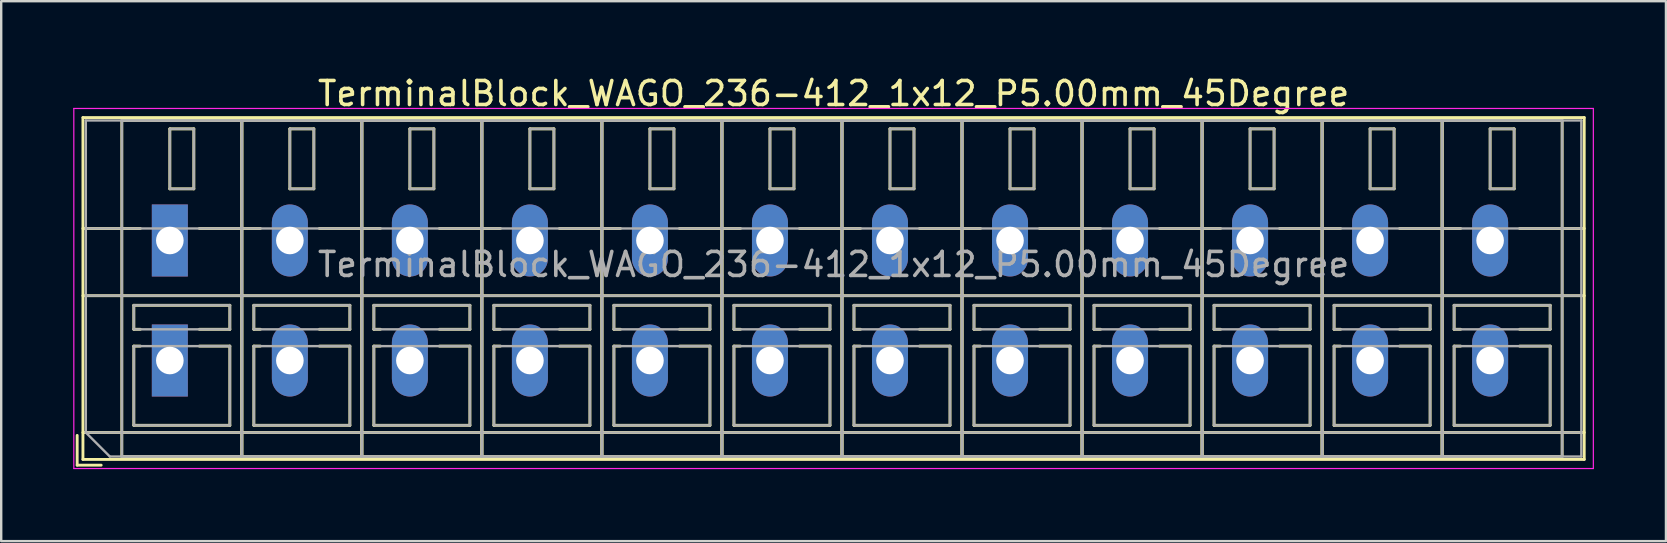
<source format=kicad_pcb>
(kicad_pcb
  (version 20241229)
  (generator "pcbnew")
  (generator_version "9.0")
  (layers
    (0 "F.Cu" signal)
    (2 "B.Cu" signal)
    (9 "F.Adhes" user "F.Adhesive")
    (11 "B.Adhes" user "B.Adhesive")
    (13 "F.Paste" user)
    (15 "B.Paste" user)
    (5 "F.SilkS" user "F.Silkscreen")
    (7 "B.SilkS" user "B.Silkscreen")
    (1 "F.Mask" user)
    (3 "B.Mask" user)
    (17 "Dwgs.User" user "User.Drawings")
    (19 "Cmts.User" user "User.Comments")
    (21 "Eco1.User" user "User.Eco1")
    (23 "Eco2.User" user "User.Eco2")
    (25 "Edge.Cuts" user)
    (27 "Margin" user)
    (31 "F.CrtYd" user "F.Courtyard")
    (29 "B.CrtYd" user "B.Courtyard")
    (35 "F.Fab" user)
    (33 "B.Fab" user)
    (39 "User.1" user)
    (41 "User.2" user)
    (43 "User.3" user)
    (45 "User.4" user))
  (footprint "TerminalBlock_WAGO_236-412_1x12_P5.00mm_45Degree"
    (layer "F.Cu")
    (at 4.025 6.968)
    (property "Reference" "TerminalBlock_WAGO_236-412_1x12_P5.00mm_45Degree" (at 27.65 -6.12 0) (layer "F.SilkS") (effects (font (size 1 1) (thickness 0.15))))
    (attr through_hole)
    (fp_line (start -3.86 8.12) (end -3.86 9.36) (stroke (width 0.12) (type solid)) (layer "F.SilkS"))
    (fp_line (start -3.86 9.36) (end -2.86 9.36) (stroke (width 0.12) (type solid)) (layer "F.SilkS"))
    (fp_line (start -3.62 -5.12) (end -3.62 9.12) (stroke (width 0.12) (type solid)) (layer "F.SilkS"))
    (fp_line (start -3.62 -5.12) (end 58.92 -5.12) (stroke (width 0.12) (type solid)) (layer "F.SilkS"))
    (fp_line (start -3.62 -0.5) (end -1.23 -0.5) (stroke (width 0.12) (type solid)) (layer "F.SilkS"))
    (fp_line (start -3.62 2.3) (end 58.92 2.3) (stroke (width 0.12) (type solid)) (layer "F.SilkS"))
    (fp_line (start -3.62 8) (end 58.92 8) (stroke (width 0.12) (type solid)) (layer "F.SilkS"))
    (fp_line (start -3.62 9.12) (end 58.92 9.12) (stroke (width 0.12) (type solid)) (layer "F.SilkS"))
    (fp_line (start -2 -5) (end -2 9) (stroke (width 0.12) (type solid)) (layer "F.SilkS"))
    (fp_line (start -2 -5) (end 3 -5) (stroke (width 0.12) (type solid)) (layer "F.SilkS"))
    (fp_line (start -2 9) (end 3 9) (stroke (width 0.12) (type solid)) (layer "F.SilkS"))
    (fp_line (start -1.5 2.7) (end -1.5 3.7) (stroke (width 0.12) (type solid)) (layer "F.SilkS"))
    (fp_line (start -1.5 2.7) (end 2.5 2.7) (stroke (width 0.12) (type solid)) (layer "F.SilkS"))
    (fp_line (start -1.5 3.7) (end -1.23 3.7) (stroke (width 0.12) (type solid)) (layer "F.SilkS"))
    (fp_line (start -1.5 4.4) (end -1.5 7.7) (stroke (width 0.12) (type solid)) (layer "F.SilkS"))
    (fp_line (start -1.5 4.4) (end -1.23 4.4) (stroke (width 0.12) (type solid)) (layer "F.SilkS"))
    (fp_line (start -1.5 7.7) (end 2.5 7.7) (stroke (width 0.12) (type solid)) (layer "F.SilkS"))
    (fp_line (start 0 -4.65) (end 0 -2.151) (stroke (width 0.12) (type solid)) (layer "F.SilkS"))
    (fp_line (start 0 -4.65) (end 1 -4.65) (stroke (width 0.12) (type solid)) (layer "F.SilkS"))
    (fp_line (start 0 -2.151) (end 1 -2.151) (stroke (width 0.12) (type solid)) (layer "F.SilkS"))
    (fp_line (start 1 -4.65) (end 1 -2.151) (stroke (width 0.12) (type solid)) (layer "F.SilkS"))
    (fp_line (start 1.23 -0.5) (end 3.77 -0.5) (stroke (width 0.12) (type solid)) (layer "F.SilkS"))
    (fp_line (start 1.23 3.7) (end 2.5 3.7) (stroke (width 0.12) (type solid)) (layer "F.SilkS"))
    (fp_line (start 1.23 4.4) (end 2.5 4.4) (stroke (width 0.12) (type solid)) (layer "F.SilkS"))
    (fp_line (start 2.5 2.7) (end 2.5 3.7) (stroke (width 0.12) (type solid)) (layer "F.SilkS"))
    (fp_line (start 2.5 4.4) (end 2.5 7.7) (stroke (width 0.12) (type solid)) (layer "F.SilkS"))
    (fp_line (start 3 -5) (end 3 9) (stroke (width 0.12) (type solid)) (layer "F.SilkS"))
    (fp_line (start 3 -5) (end 3 9) (stroke (width 0.12) (type solid)) (layer "F.SilkS"))
    (fp_line (start 3 -5) (end 8 -5) (stroke (width 0.12) (type solid)) (layer "F.SilkS"))
    (fp_line (start 3 9) (end 8 9) (stroke (width 0.12) (type solid)) (layer "F.SilkS"))
    (fp_line (start 3.5 2.7) (end 3.5 3.7) (stroke (width 0.12) (type solid)) (layer "F.SilkS"))
    (fp_line (start 3.5 2.7) (end 7.5 2.7) (stroke (width 0.12) (type solid)) (layer "F.SilkS"))
    (fp_line (start 3.5 3.7) (end 3.77 3.7) (stroke (width 0.12) (type solid)) (layer "F.SilkS"))
    (fp_line (start 3.5 4.4) (end 3.5 7.7) (stroke (width 0.12) (type solid)) (layer "F.SilkS"))
    (fp_line (start 3.5 4.4) (end 3.77 4.4) (stroke (width 0.12) (type solid)) (layer "F.SilkS"))
    (fp_line (start 3.5 7.7) (end 7.5 7.7) (stroke (width 0.12) (type solid)) (layer "F.SilkS"))
    (fp_line (start 5 -4.65) (end 5 -2.151) (stroke (width 0.12) (type solid)) (layer "F.SilkS"))
    (fp_line (start 5 -4.65) (end 6 -4.65) (stroke (width 0.12) (type solid)) (layer "F.SilkS"))
    (fp_line (start 5 -2.151) (end 6 -2.151) (stroke (width 0.12) (type solid)) (layer "F.SilkS"))
    (fp_line (start 6 -4.65) (end 6 -2.151) (stroke (width 0.12) (type solid)) (layer "F.SilkS"))
    (fp_line (start 6.23 -0.5) (end 8.77 -0.5) (stroke (width 0.12) (type solid)) (layer "F.SilkS"))
    (fp_line (start 6.23 3.7) (end 7.5 3.7) (stroke (width 0.12) (type solid)) (layer "F.SilkS"))
    (fp_line (start 6.23 4.4) (end 7.5 4.4) (stroke (width 0.12) (type solid)) (layer "F.SilkS"))
    (fp_line (start 7.5 2.7) (end 7.5 3.7) (stroke (width 0.12) (type solid)) (layer "F.SilkS"))
    (fp_line (start 7.5 4.4) (end 7.5 7.7) (stroke (width 0.12) (type solid)) (layer "F.SilkS"))
    (fp_line (start 8 -5) (end 8 9) (stroke (width 0.12) (type solid)) (layer "F.SilkS"))
    (fp_line (start 8 -5) (end 8 9) (stroke (width 0.12) (type solid)) (layer "F.SilkS"))
    (fp_line (start 8 -5) (end 13 -5) (stroke (width 0.12) (type solid)) (layer "F.SilkS"))
    (fp_line (start 8 9) (end 13 9) (stroke (width 0.12) (type solid)) (layer "F.SilkS"))
    (fp_line (start 8.5 2.7) (end 8.5 3.7) (stroke (width 0.12) (type solid)) (layer "F.SilkS"))
    (fp_line (start 8.5 2.7) (end 12.5 2.7) (stroke (width 0.12) (type solid)) (layer "F.SilkS"))
    (fp_line (start 8.5 3.7) (end 8.77 3.7) (stroke (width 0.12) (type solid)) (layer "F.SilkS"))
    (fp_line (start 8.5 4.4) (end 8.5 7.7) (stroke (width 0.12) (type solid)) (layer "F.SilkS"))
    (fp_line (start 8.5 4.4) (end 8.77 4.4) (stroke (width 0.12) (type solid)) (layer "F.SilkS"))
    (fp_line (start 8.5 7.7) (end 12.5 7.7) (stroke (width 0.12) (type solid)) (layer "F.SilkS"))
    (fp_line (start 10 -4.65) (end 10 -2.151) (stroke (width 0.12) (type solid)) (layer "F.SilkS"))
    (fp_line (start 10 -4.65) (end 11 -4.65) (stroke (width 0.12) (type solid)) (layer "F.SilkS"))
    (fp_line (start 10 -2.151) (end 11 -2.151) (stroke (width 0.12) (type solid)) (layer "F.SilkS"))
    (fp_line (start 11 -4.65) (end 11 -2.151) (stroke (width 0.12) (type solid)) (layer "F.SilkS"))
    (fp_line (start 11.23 -0.5) (end 13.77 -0.5) (stroke (width 0.12) (type solid)) (layer "F.SilkS"))
    (fp_line (start 11.23 3.7) (end 12.5 3.7) (stroke (width 0.12) (type solid)) (layer "F.SilkS"))
    (fp_line (start 11.23 4.4) (end 12.5 4.4) (stroke (width 0.12) (type solid)) (layer "F.SilkS"))
    (fp_line (start 12.5 2.7) (end 12.5 3.7) (stroke (width 0.12) (type solid)) (layer "F.SilkS"))
    (fp_line (start 12.5 4.4) (end 12.5 7.7) (stroke (width 0.12) (type solid)) (layer "F.SilkS"))
    (fp_line (start 13 -5) (end 13 9) (stroke (width 0.12) (type solid)) (layer "F.SilkS"))
    (fp_line (start 13 -5) (end 13 9) (stroke (width 0.12) (type solid)) (layer "F.SilkS"))
    (fp_line (start 13 -5) (end 18 -5) (stroke (width 0.12) (type solid)) (layer "F.SilkS"))
    (fp_line (start 13 9) (end 18 9) (stroke (width 0.12) (type solid)) (layer "F.SilkS"))
    (fp_line (start 13.5 2.7) (end 13.5 3.7) (stroke (width 0.12) (type solid)) (layer "F.SilkS"))
    (fp_line (start 13.5 2.7) (end 17.5 2.7) (stroke (width 0.12) (type solid)) (layer "F.SilkS"))
    (fp_line (start 13.5 3.7) (end 13.77 3.7) (stroke (width 0.12) (type solid)) (layer "F.SilkS"))
    (fp_line (start 13.5 4.4) (end 13.5 7.7) (stroke (width 0.12) (type solid)) (layer "F.SilkS"))
    (fp_line (start 13.5 4.4) (end 13.77 4.4) (stroke (width 0.12) (type solid)) (layer "F.SilkS"))
    (fp_line (start 13.5 7.7) (end 17.5 7.7) (stroke (width 0.12) (type solid)) (layer "F.SilkS"))
    (fp_line (start 15 -4.65) (end 15 -2.151) (stroke (width 0.12) (type solid)) (layer "F.SilkS"))
    (fp_line (start 15 -4.65) (end 16 -4.65) (stroke (width 0.12) (type solid)) (layer "F.SilkS"))
    (fp_line (start 15 -2.151) (end 16 -2.151) (stroke (width 0.12) (type solid)) (layer "F.SilkS"))
    (fp_line (start 16 -4.65) (end 16 -2.151) (stroke (width 0.12) (type solid)) (layer "F.SilkS"))
    (fp_line (start 16.23 -0.5) (end 18.77 -0.5) (stroke (width 0.12) (type solid)) (layer "F.SilkS"))
    (fp_line (start 16.23 3.7) (end 17.5 3.7) (stroke (width 0.12) (type solid)) (layer "F.SilkS"))
    (fp_line (start 16.23 4.4) (end 17.5 4.4) (stroke (width 0.12) (type solid)) (layer "F.SilkS"))
    (fp_line (start 17.5 2.7) (end 17.5 3.7) (stroke (width 0.12) (type solid)) (layer "F.SilkS"))
    (fp_line (start 17.5 4.4) (end 17.5 7.7) (stroke (width 0.12) (type solid)) (layer "F.SilkS"))
    (fp_line (start 18 -5) (end 18 9) (stroke (width 0.12) (type solid)) (layer "F.SilkS"))
    (fp_line (start 18 -5) (end 18 9) (stroke (width 0.12) (type solid)) (layer "F.SilkS"))
    (fp_line (start 18 -5) (end 23 -5) (stroke (width 0.12) (type solid)) (layer "F.SilkS"))
    (fp_line (start 18 9) (end 23 9) (stroke (width 0.12) (type solid)) (layer "F.SilkS"))
    (fp_line (start 18.5 2.7) (end 18.5 3.7) (stroke (width 0.12) (type solid)) (layer "F.SilkS"))
    (fp_line (start 18.5 2.7) (end 22.5 2.7) (stroke (width 0.12) (type solid)) (layer "F.SilkS"))
    (fp_line (start 18.5 3.7) (end 18.77 3.7) (stroke (width 0.12) (type solid)) (layer "F.SilkS"))
    (fp_line (start 18.5 4.4) (end 18.5 7.7) (stroke (width 0.12) (type solid)) (layer "F.SilkS"))
    (fp_line (start 18.5 4.4) (end 18.77 4.4) (stroke (width 0.12) (type solid)) (layer "F.SilkS"))
    (fp_line (start 18.5 7.7) (end 22.5 7.7) (stroke (width 0.12) (type solid)) (layer "F.SilkS"))
    (fp_line (start 20 -4.65) (end 20 -2.151) (stroke (width 0.12) (type solid)) (layer "F.SilkS"))
    (fp_line (start 20 -4.65) (end 21 -4.65) (stroke (width 0.12) (type solid)) (layer "F.SilkS"))
    (fp_line (start 20 -2.151) (end 21 -2.151) (stroke (width 0.12) (type solid)) (layer "F.SilkS"))
    (fp_line (start 21 -4.65) (end 21 -2.151) (stroke (width 0.12) (type solid)) (layer "F.SilkS"))
    (fp_line (start 21.23 -0.5) (end 23.77 -0.5) (stroke (width 0.12) (type solid)) (layer "F.SilkS"))
    (fp_line (start 21.23 3.7) (end 22.5 3.7) (stroke (width 0.12) (type solid)) (layer "F.SilkS"))
    (fp_line (start 21.23 4.4) (end 22.5 4.4) (stroke (width 0.12) (type solid)) (layer "F.SilkS"))
    (fp_line (start 22.5 2.7) (end 22.5 3.7) (stroke (width 0.12) (type solid)) (layer "F.SilkS"))
    (fp_line (start 22.5 4.4) (end 22.5 7.7) (stroke (width 0.12) (type solid)) (layer "F.SilkS"))
    (fp_line (start 23 -5) (end 23 9) (stroke (width 0.12) (type solid)) (layer "F.SilkS"))
    (fp_line (start 23 -5) (end 23 9) (stroke (width 0.12) (type solid)) (layer "F.SilkS"))
    (fp_line (start 23 -5) (end 28 -5) (stroke (width 0.12) (type solid)) (layer "F.SilkS"))
    (fp_line (start 23 9) (end 28 9) (stroke (width 0.12) (type solid)) (layer "F.SilkS"))
    (fp_line (start 23.5 2.7) (end 23.5 3.7) (stroke (width 0.12) (type solid)) (layer "F.SilkS"))
    (fp_line (start 23.5 2.7) (end 27.5 2.7) (stroke (width 0.12) (type solid)) (layer "F.SilkS"))
    (fp_line (start 23.5 3.7) (end 23.77 3.7) (stroke (width 0.12) (type solid)) (layer "F.SilkS"))
    (fp_line (start 23.5 4.4) (end 23.5 7.7) (stroke (width 0.12) (type solid)) (layer "F.SilkS"))
    (fp_line (start 23.5 4.4) (end 23.77 4.4) (stroke (width 0.12) (type solid)) (layer "F.SilkS"))
    (fp_line (start 23.5 7.7) (end 27.5 7.7) (stroke (width 0.12) (type solid)) (layer "F.SilkS"))
    (fp_line (start 25 -4.65) (end 25 -2.151) (stroke (width 0.12) (type solid)) (layer "F.SilkS"))
    (fp_line (start 25 -4.65) (end 26 -4.65) (stroke (width 0.12) (type solid)) (layer "F.SilkS"))
    (fp_line (start 25 -2.151) (end 26 -2.151) (stroke (width 0.12) (type solid)) (layer "F.SilkS"))
    (fp_line (start 26 -4.65) (end 26 -2.151) (stroke (width 0.12) (type solid)) (layer "F.SilkS"))
    (fp_line (start 26.23 -0.5) (end 28.77 -0.5) (stroke (width 0.12) (type solid)) (layer "F.SilkS"))
    (fp_line (start 26.23 3.7) (end 27.5 3.7) (stroke (width 0.12) (type solid)) (layer "F.SilkS"))
    (fp_line (start 26.23 4.4) (end 27.5 4.4) (stroke (width 0.12) (type solid)) (layer "F.SilkS"))
    (fp_line (start 27.5 2.7) (end 27.5 3.7) (stroke (width 0.12) (type solid)) (layer "F.SilkS"))
    (fp_line (start 27.5 4.4) (end 27.5 7.7) (stroke (width 0.12) (type solid)) (layer "F.SilkS"))
    (fp_line (start 28 -5) (end 28 9) (stroke (width 0.12) (type solid)) (layer "F.SilkS"))
    (fp_line (start 28 -5) (end 28 9) (stroke (width 0.12) (type solid)) (layer "F.SilkS"))
    (fp_line (start 28 -5) (end 33 -5) (stroke (width 0.12) (type solid)) (layer "F.SilkS"))
    (fp_line (start 28 9) (end 33 9) (stroke (width 0.12) (type solid)) (layer "F.SilkS"))
    (fp_line (start 28.5 2.7) (end 28.5 3.7) (stroke (width 0.12) (type solid)) (layer "F.SilkS"))
    (fp_line (start 28.5 2.7) (end 32.5 2.7) (stroke (width 0.12) (type solid)) (layer "F.SilkS"))
    (fp_line (start 28.5 3.7) (end 28.77 3.7) (stroke (width 0.12) (type solid)) (layer "F.SilkS"))
    (fp_line (start 28.5 4.4) (end 28.5 7.7) (stroke (width 0.12) (type solid)) (layer "F.SilkS"))
    (fp_line (start 28.5 4.4) (end 28.77 4.4) (stroke (width 0.12) (type solid)) (layer "F.SilkS"))
    (fp_line (start 28.5 7.7) (end 32.5 7.7) (stroke (width 0.12) (type solid)) (layer "F.SilkS"))
    (fp_line (start 30 -4.65) (end 30 -2.151) (stroke (width 0.12) (type solid)) (layer "F.SilkS"))
    (fp_line (start 30 -4.65) (end 31 -4.65) (stroke (width 0.12) (type solid)) (layer "F.SilkS"))
    (fp_line (start 30 -2.151) (end 31 -2.151) (stroke (width 0.12) (type solid)) (layer "F.SilkS"))
    (fp_line (start 31 -4.65) (end 31 -2.151) (stroke (width 0.12) (type solid)) (layer "F.SilkS"))
    (fp_line (start 31.23 -0.5) (end 33.77 -0.5) (stroke (width 0.12) (type solid)) (layer "F.SilkS"))
    (fp_line (start 31.23 3.7) (end 32.5 3.7) (stroke (width 0.12) (type solid)) (layer "F.SilkS"))
    (fp_line (start 31.23 4.4) (end 32.5 4.4) (stroke (width 0.12) (type solid)) (layer "F.SilkS"))
    (fp_line (start 32.5 2.7) (end 32.5 3.7) (stroke (width 0.12) (type solid)) (layer "F.SilkS"))
    (fp_line (start 32.5 4.4) (end 32.5 7.7) (stroke (width 0.12) (type solid)) (layer "F.SilkS"))
    (fp_line (start 33 -5) (end 33 9) (stroke (width 0.12) (type solid)) (layer "F.SilkS"))
    (fp_line (start 33 -5) (end 33 9) (stroke (width 0.12) (type solid)) (layer "F.SilkS"))
    (fp_line (start 33 -5) (end 38 -5) (stroke (width 0.12) (type solid)) (layer "F.SilkS"))
    (fp_line (start 33 9) (end 38 9) (stroke (width 0.12) (type solid)) (layer "F.SilkS"))
    (fp_line (start 33.5 2.7) (end 33.5 3.7) (stroke (width 0.12) (type solid)) (layer "F.SilkS"))
    (fp_line (start 33.5 2.7) (end 37.5 2.7) (stroke (width 0.12) (type solid)) (layer "F.SilkS"))
    (fp_line (start 33.5 3.7) (end 33.77 3.7) (stroke (width 0.12) (type solid)) (layer "F.SilkS"))
    (fp_line (start 33.5 4.4) (end 33.5 7.7) (stroke (width 0.12) (type solid)) (layer "F.SilkS"))
    (fp_line (start 33.5 4.4) (end 33.77 4.4) (stroke (width 0.12) (type solid)) (layer "F.SilkS"))
    (fp_line (start 33.5 7.7) (end 37.5 7.7) (stroke (width 0.12) (type solid)) (layer "F.SilkS"))
    (fp_line (start 35 -4.65) (end 35 -2.151) (stroke (width 0.12) (type solid)) (layer "F.SilkS"))
    (fp_line (start 35 -4.65) (end 36 -4.65) (stroke (width 0.12) (type solid)) (layer "F.SilkS"))
    (fp_line (start 35 -2.151) (end 36 -2.151) (stroke (width 0.12) (type solid)) (layer "F.SilkS"))
    (fp_line (start 36 -4.65) (end 36 -2.151) (stroke (width 0.12) (type solid)) (layer "F.SilkS"))
    (fp_line (start 36.23 -0.5) (end 38.77 -0.5) (stroke (width 0.12) (type solid)) (layer "F.SilkS"))
    (fp_line (start 36.23 3.7) (end 37.5 3.7) (stroke (width 0.12) (type solid)) (layer "F.SilkS"))
    (fp_line (start 36.23 4.4) (end 37.5 4.4) (stroke (width 0.12) (type solid)) (layer "F.SilkS"))
    (fp_line (start 37.5 2.7) (end 37.5 3.7) (stroke (width 0.12) (type solid)) (layer "F.SilkS"))
    (fp_line (start 37.5 4.4) (end 37.5 7.7) (stroke (width 0.12) (type solid)) (layer "F.SilkS"))
    (fp_line (start 38 -5) (end 38 9) (stroke (width 0.12) (type solid)) (layer "F.SilkS"))
    (fp_line (start 38 -5) (end 38 9) (stroke (width 0.12) (type solid)) (layer "F.SilkS"))
    (fp_line (start 38 -5) (end 43 -5) (stroke (width 0.12) (type solid)) (layer "F.SilkS"))
    (fp_line (start 38 9) (end 43 9) (stroke (width 0.12) (type solid)) (layer "F.SilkS"))
    (fp_line (start 38.5 2.7) (end 38.5 3.7) (stroke (width 0.12) (type solid)) (layer "F.SilkS"))
    (fp_line (start 38.5 2.7) (end 42.5 2.7) (stroke (width 0.12) (type solid)) (layer "F.SilkS"))
    (fp_line (start 38.5 3.7) (end 38.77 3.7) (stroke (width 0.12) (type solid)) (layer "F.SilkS"))
    (fp_line (start 38.5 4.4) (end 38.5 7.7) (stroke (width 0.12) (type solid)) (layer "F.SilkS"))
    (fp_line (start 38.5 4.4) (end 38.77 4.4) (stroke (width 0.12) (type solid)) (layer "F.SilkS"))
    (fp_line (start 38.5 7.7) (end 42.5 7.7) (stroke (width 0.12) (type solid)) (layer "F.SilkS"))
    (fp_line (start 40 -4.65) (end 40 -2.151) (stroke (width 0.12) (type solid)) (layer "F.SilkS"))
    (fp_line (start 40 -4.65) (end 41 -4.65) (stroke (width 0.12) (type solid)) (layer "F.SilkS"))
    (fp_line (start 40 -2.151) (end 41 -2.151) (stroke (width 0.12) (type solid)) (layer "F.SilkS"))
    (fp_line (start 41 -4.65) (end 41 -2.151) (stroke (width 0.12) (type solid)) (layer "F.SilkS"))
    (fp_line (start 41.23 -0.5) (end 43.77 -0.5) (stroke (width 0.12) (type solid)) (layer "F.SilkS"))
    (fp_line (start 41.23 3.7) (end 42.5 3.7) (stroke (width 0.12) (type solid)) (layer "F.SilkS"))
    (fp_line (start 41.23 4.4) (end 42.5 4.4) (stroke (width 0.12) (type solid)) (layer "F.SilkS"))
    (fp_line (start 42.5 2.7) (end 42.5 3.7) (stroke (width 0.12) (type solid)) (layer "F.SilkS"))
    (fp_line (start 42.5 4.4) (end 42.5 7.7) (stroke (width 0.12) (type solid)) (layer "F.SilkS"))
    (fp_line (start 43 -5) (end 43 9) (stroke (width 0.12) (type solid)) (layer "F.SilkS"))
    (fp_line (start 43 -5) (end 43 9) (stroke (width 0.12) (type solid)) (layer "F.SilkS"))
    (fp_line (start 43 -5) (end 48 -5) (stroke (width 0.12) (type solid)) (layer "F.SilkS"))
    (fp_line (start 43 9) (end 48 9) (stroke (width 0.12) (type solid)) (layer "F.SilkS"))
    (fp_line (start 43.5 2.7) (end 43.5 3.7) (stroke (width 0.12) (type solid)) (layer "F.SilkS"))
    (fp_line (start 43.5 2.7) (end 47.5 2.7) (stroke (width 0.12) (type solid)) (layer "F.SilkS"))
    (fp_line (start 43.5 3.7) (end 43.77 3.7) (stroke (width 0.12) (type solid)) (layer "F.SilkS"))
    (fp_line (start 43.5 4.4) (end 43.5 7.7) (stroke (width 0.12) (type solid)) (layer "F.SilkS"))
    (fp_line (start 43.5 4.4) (end 43.77 4.4) (stroke (width 0.12) (type solid)) (layer "F.SilkS"))
    (fp_line (start 43.5 7.7) (end 47.5 7.7) (stroke (width 0.12) (type solid)) (layer "F.SilkS"))
    (fp_line (start 45 -4.65) (end 45 -2.151) (stroke (width 0.12) (type solid)) (layer "F.SilkS"))
    (fp_line (start 45 -4.65) (end 46 -4.65) (stroke (width 0.12) (type solid)) (layer "F.SilkS"))
    (fp_line (start 45 -2.151) (end 46 -2.151) (stroke (width 0.12) (type solid)) (layer "F.SilkS"))
    (fp_line (start 46 -4.65) (end 46 -2.151) (stroke (width 0.12) (type solid)) (layer "F.SilkS"))
    (fp_line (start 46.23 -0.5) (end 48.77 -0.5) (stroke (width 0.12) (type solid)) (layer "F.SilkS"))
    (fp_line (start 46.23 3.7) (end 47.5 3.7) (stroke (width 0.12) (type solid)) (layer "F.SilkS"))
    (fp_line (start 46.23 4.4) (end 47.5 4.4) (stroke (width 0.12) (type solid)) (layer "F.SilkS"))
    (fp_line (start 47.5 2.7) (end 47.5 3.7) (stroke (width 0.12) (type solid)) (layer "F.SilkS"))
    (fp_line (start 47.5 4.4) (end 47.5 7.7) (stroke (width 0.12) (type solid)) (layer "F.SilkS"))
    (fp_line (start 48 -5) (end 48 9) (stroke (width 0.12) (type solid)) (layer "F.SilkS"))
    (fp_line (start 48 -5) (end 48 9) (stroke (width 0.12) (type solid)) (layer "F.SilkS"))
    (fp_line (start 48 -5) (end 53 -5) (stroke (width 0.12) (type solid)) (layer "F.SilkS"))
    (fp_line (start 48 9) (end 53 9) (stroke (width 0.12) (type solid)) (layer "F.SilkS"))
    (fp_line (start 48.5 2.7) (end 48.5 3.7) (stroke (width 0.12) (type solid)) (layer "F.SilkS"))
    (fp_line (start 48.5 2.7) (end 52.5 2.7) (stroke (width 0.12) (type solid)) (layer "F.SilkS"))
    (fp_line (start 48.5 3.7) (end 48.77 3.7) (stroke (width 0.12) (type solid)) (layer "F.SilkS"))
    (fp_line (start 48.5 4.4) (end 48.5 7.7) (stroke (width 0.12) (type solid)) (layer "F.SilkS"))
    (fp_line (start 48.5 4.4) (end 48.77 4.4) (stroke (width 0.12) (type solid)) (layer "F.SilkS"))
    (fp_line (start 48.5 7.7) (end 52.5 7.7) (stroke (width 0.12) (type solid)) (layer "F.SilkS"))
    (fp_line (start 50 -4.65) (end 50 -2.151) (stroke (width 0.12) (type solid)) (layer "F.SilkS"))
    (fp_line (start 50 -4.65) (end 51 -4.65) (stroke (width 0.12) (type solid)) (layer "F.SilkS"))
    (fp_line (start 50 -2.151) (end 51 -2.151) (stroke (width 0.12) (type solid)) (layer "F.SilkS"))
    (fp_line (start 51 -4.65) (end 51 -2.151) (stroke (width 0.12) (type solid)) (layer "F.SilkS"))
    (fp_line (start 51.23 -0.5) (end 53.77 -0.5) (stroke (width 0.12) (type solid)) (layer "F.SilkS"))
    (fp_line (start 51.23 3.7) (end 52.5 3.7) (stroke (width 0.12) (type solid)) (layer "F.SilkS"))
    (fp_line (start 51.23 4.4) (end 52.5 4.4) (stroke (width 0.12) (type solid)) (layer "F.SilkS"))
    (fp_line (start 52.5 2.7) (end 52.5 3.7) (stroke (width 0.12) (type solid)) (layer "F.SilkS"))
    (fp_line (start 52.5 4.4) (end 52.5 7.7) (stroke (width 0.12) (type solid)) (layer "F.SilkS"))
    (fp_line (start 53 -5) (end 53 9) (stroke (width 0.12) (type solid)) (layer "F.SilkS"))
    (fp_line (start 53 -5) (end 53 9) (stroke (width 0.12) (type solid)) (layer "F.SilkS"))
    (fp_line (start 53 -5) (end 58 -5) (stroke (width 0.12) (type solid)) (layer "F.SilkS"))
    (fp_line (start 53 9) (end 58 9) (stroke (width 0.12) (type solid)) (layer "F.SilkS"))
    (fp_line (start 53.5 2.7) (end 53.5 3.7) (stroke (width 0.12) (type solid)) (layer "F.SilkS"))
    (fp_line (start 53.5 2.7) (end 57.5 2.7) (stroke (width 0.12) (type solid)) (layer "F.SilkS"))
    (fp_line (start 53.5 3.7) (end 53.77 3.7) (stroke (width 0.12) (type solid)) (layer "F.SilkS"))
    (fp_line (start 53.5 4.4) (end 53.5 7.7) (stroke (width 0.12) (type solid)) (layer "F.SilkS"))
    (fp_line (start 53.5 4.4) (end 53.77 4.4) (stroke (width 0.12) (type solid)) (layer "F.SilkS"))
    (fp_line (start 53.5 7.7) (end 57.5 7.7) (stroke (width 0.12) (type solid)) (layer "F.SilkS"))
    (fp_line (start 55 -4.65) (end 55 -2.151) (stroke (width 0.12) (type solid)) (layer "F.SilkS"))
    (fp_line (start 55 -4.65) (end 56 -4.65) (stroke (width 0.12) (type solid)) (layer "F.SilkS"))
    (fp_line (start 55 -2.151) (end 56 -2.151) (stroke (width 0.12) (type solid)) (layer "F.SilkS"))
    (fp_line (start 56 -4.65) (end 56 -2.151) (stroke (width 0.12) (type solid)) (layer "F.SilkS"))
    (fp_line (start 56.23 -0.5) (end 58.92 -0.5) (stroke (width 0.12) (type solid)) (layer "F.SilkS"))
    (fp_line (start 56.23 3.7) (end 57.5 3.7) (stroke (width 0.12) (type solid)) (layer "F.SilkS"))
    (fp_line (start 56.23 4.4) (end 57.5 4.4) (stroke (width 0.12) (type solid)) (layer "F.SilkS"))
    (fp_line (start 57.5 2.7) (end 57.5 3.7) (stroke (width 0.12) (type solid)) (layer "F.SilkS"))
    (fp_line (start 57.5 4.4) (end 57.5 7.7) (stroke (width 0.12) (type solid)) (layer "F.SilkS"))
    (fp_line (start 58 -5) (end 58 9) (stroke (width 0.12) (type solid)) (layer "F.SilkS"))
    (fp_line (start 58.92 -5.12) (end 58.92 9.12) (stroke (width 0.12) (type solid)) (layer "F.SilkS"))
    (fp_line (start -4 -5.5) (end -4 9.5) (stroke (width 0.05) (type solid)) (layer "F.CrtYd"))
    (fp_line (start -4 9.5) (end 59.3 9.5) (stroke (width 0.05) (type solid)) (layer "F.CrtYd"))
    (fp_line (start 59.3 -5.5) (end -4 -5.5) (stroke (width 0.05) (type solid)) (layer "F.CrtYd"))
    (fp_line (start 59.3 9.5) (end 59.3 -5.5) (stroke (width 0.05) (type solid)) (layer "F.CrtYd"))
    (fp_line (start -3.5 -5) (end 58.8 -5) (stroke (width 0.1) (type solid)) (layer "F.Fab"))
    (fp_line (start -3.5 -0.5) (end 58.8 -0.5) (stroke (width 0.1) (type solid)) (layer "F.Fab"))
    (fp_line (start -3.5 2.3) (end 58.8 2.3) (stroke (width 0.1) (type solid)) (layer "F.Fab"))
    (fp_line (start -3.5 8) (end -3.5 -5) (stroke (width 0.1) (type solid)) (layer "F.Fab"))
    (fp_line (start -3.5 8) (end 58.8 8) (stroke (width 0.1) (type solid)) (layer "F.Fab"))
    (fp_line (start -2.5 9) (end -3.5 8) (stroke (width 0.1) (type solid)) (layer "F.Fab"))
    (fp_line (start -2 -5) (end -2 9) (stroke (width 0.1) (type solid)) (layer "F.Fab"))
    (fp_line (start -2 9) (end 3 9) (stroke (width 0.1) (type solid)) (layer "F.Fab"))
    (fp_line (start -1.5 2.7) (end -1.5 3.7) (stroke (width 0.1) (type solid)) (layer "F.Fab"))
    (fp_line (start -1.5 3.7) (end 2.5 3.7) (stroke (width 0.1) (type solid)) (layer "F.Fab"))
    (fp_line (start -1.5 4.4) (end -1.5 7.7) (stroke (width 0.1) (type solid)) (layer "F.Fab"))
    (fp_line (start -1.5 7.7) (end 2.5 7.7) (stroke (width 0.1) (type solid)) (layer "F.Fab"))
    (fp_line (start 0 -4.65) (end 0 -2.15) (stroke (width 0.1) (type solid)) (layer "F.Fab"))
    (fp_line (start 0 -2.15) (end 1 -2.15) (stroke (width 0.1) (type solid)) (layer "F.Fab"))
    (fp_line (start 1 -4.65) (end 0 -4.65) (stroke (width 0.1) (type solid)) (layer "F.Fab"))
    (fp_line (start 1 -2.15) (end 1 -4.65) (stroke (width 0.1) (type solid)) (layer "F.Fab"))
    (fp_line (start 2.5 2.7) (end -1.5 2.7) (stroke (width 0.1) (type solid)) (layer "F.Fab"))
    (fp_line (start 2.5 3.7) (end 2.5 2.7) (stroke (width 0.1) (type solid)) (layer "F.Fab"))
    (fp_line (start 2.5 4.4) (end -1.5 4.4) (stroke (width 0.1) (type solid)) (layer "F.Fab"))
    (fp_line (start 2.5 7.7) (end 2.5 4.4) (stroke (width 0.1) (type solid)) (layer "F.Fab"))
    (fp_line (start 3 -5) (end -2 -5) (stroke (width 0.1) (type solid)) (layer "F.Fab"))
    (fp_line (start 3 -5) (end 3 9) (stroke (width 0.1) (type solid)) (layer "F.Fab"))
    (fp_line (start 3 9) (end 3 -5) (stroke (width 0.1) (type solid)) (layer "F.Fab"))
    (fp_line (start 3 9) (end 8 9) (stroke (width 0.1) (type solid)) (layer "F.Fab"))
    (fp_line (start 3.5 2.7) (end 3.5 3.7) (stroke (width 0.1) (type solid)) (layer "F.Fab"))
    (fp_line (start 3.5 3.7) (end 7.5 3.7) (stroke (width 0.1) (type solid)) (layer "F.Fab"))
    (fp_line (start 3.5 4.4) (end 3.5 7.7) (stroke (width 0.1) (type solid)) (layer "F.Fab"))
    (fp_line (start 3.5 7.7) (end 7.5 7.7) (stroke (width 0.1) (type solid)) (layer "F.Fab"))
    (fp_line (start 5 -4.65) (end 5 -2.15) (stroke (width 0.1) (type solid)) (layer "F.Fab"))
    (fp_line (start 5 -2.15) (end 6 -2.15) (stroke (width 0.1) (type solid)) (layer "F.Fab"))
    (fp_line (start 6 -4.65) (end 5 -4.65) (stroke (width 0.1) (type solid)) (layer "F.Fab"))
    (fp_line (start 6 -2.15) (end 6 -4.65) (stroke (width 0.1) (type solid)) (layer "F.Fab"))
    (fp_line (start 7.5 2.7) (end 3.5 2.7) (stroke (width 0.1) (type solid)) (layer "F.Fab"))
    (fp_line (start 7.5 3.7) (end 7.5 2.7) (stroke (width 0.1) (type solid)) (layer "F.Fab"))
    (fp_line (start 7.5 4.4) (end 3.5 4.4) (stroke (width 0.1) (type solid)) (layer "F.Fab"))
    (fp_line (start 7.5 7.7) (end 7.5 4.4) (stroke (width 0.1) (type solid)) (layer "F.Fab"))
    (fp_line (start 8 -5) (end 3 -5) (stroke (width 0.1) (type solid)) (layer "F.Fab"))
    (fp_line (start 8 -5) (end 8 9) (stroke (width 0.1) (type solid)) (layer "F.Fab"))
    (fp_line (start 8 9) (end 8 -5) (stroke (width 0.1) (type solid)) (layer "F.Fab"))
    (fp_line (start 8 9) (end 13 9) (stroke (width 0.1) (type solid)) (layer "F.Fab"))
    (fp_line (start 8.5 2.7) (end 8.5 3.7) (stroke (width 0.1) (type solid)) (layer "F.Fab"))
    (fp_line (start 8.5 3.7) (end 12.5 3.7) (stroke (width 0.1) (type solid)) (layer "F.Fab"))
    (fp_line (start 8.5 4.4) (end 8.5 7.7) (stroke (width 0.1) (type solid)) (layer "F.Fab"))
    (fp_line (start 8.5 7.7) (end 12.5 7.7) (stroke (width 0.1) (type solid)) (layer "F.Fab"))
    (fp_line (start 10 -4.65) (end 10 -2.15) (stroke (width 0.1) (type solid)) (layer "F.Fab"))
    (fp_line (start 10 -2.15) (end 11 -2.15) (stroke (width 0.1) (type solid)) (layer "F.Fab"))
    (fp_line (start 11 -4.65) (end 10 -4.65) (stroke (width 0.1) (type solid)) (layer "F.Fab"))
    (fp_line (start 11 -2.15) (end 11 -4.65) (stroke (width 0.1) (type solid)) (layer "F.Fab"))
    (fp_line (start 12.5 2.7) (end 8.5 2.7) (stroke (width 0.1) (type solid)) (layer "F.Fab"))
    (fp_line (start 12.5 3.7) (end 12.5 2.7) (stroke (width 0.1) (type solid)) (layer "F.Fab"))
    (fp_line (start 12.5 4.4) (end 8.5 4.4) (stroke (width 0.1) (type solid)) (layer "F.Fab"))
    (fp_line (start 12.5 7.7) (end 12.5 4.4) (stroke (width 0.1) (type solid)) (layer "F.Fab"))
    (fp_line (start 13 -5) (end 8 -5) (stroke (width 0.1) (type solid)) (layer "F.Fab"))
    (fp_line (start 13 -5) (end 13 9) (stroke (width 0.1) (type solid)) (layer "F.Fab"))
    (fp_line (start 13 9) (end 13 -5) (stroke (width 0.1) (type solid)) (layer "F.Fab"))
    (fp_line (start 13 9) (end 18 9) (stroke (width 0.1) (type solid)) (layer "F.Fab"))
    (fp_line (start 13.5 2.7) (end 13.5 3.7) (stroke (width 0.1) (type solid)) (layer "F.Fab"))
    (fp_line (start 13.5 3.7) (end 17.5 3.7) (stroke (width 0.1) (type solid)) (layer "F.Fab"))
    (fp_line (start 13.5 4.4) (end 13.5 7.7) (stroke (width 0.1) (type solid)) (layer "F.Fab"))
    (fp_line (start 13.5 7.7) (end 17.5 7.7) (stroke (width 0.1) (type solid)) (layer "F.Fab"))
    (fp_line (start 15 -4.65) (end 15 -2.15) (stroke (width 0.1) (type solid)) (layer "F.Fab"))
    (fp_line (start 15 -2.15) (end 16 -2.15) (stroke (width 0.1) (type solid)) (layer "F.Fab"))
    (fp_line (start 16 -4.65) (end 15 -4.65) (stroke (width 0.1) (type solid)) (layer "F.Fab"))
    (fp_line (start 16 -2.15) (end 16 -4.65) (stroke (width 0.1) (type solid)) (layer "F.Fab"))
    (fp_line (start 17.5 2.7) (end 13.5 2.7) (stroke (width 0.1) (type solid)) (layer "F.Fab"))
    (fp_line (start 17.5 3.7) (end 17.5 2.7) (stroke (width 0.1) (type solid)) (layer "F.Fab"))
    (fp_line (start 17.5 4.4) (end 13.5 4.4) (stroke (width 0.1) (type solid)) (layer "F.Fab"))
    (fp_line (start 17.5 7.7) (end 17.5 4.4) (stroke (width 0.1) (type solid)) (layer "F.Fab"))
    (fp_line (start 18 -5) (end 13 -5) (stroke (width 0.1) (type solid)) (layer "F.Fab"))
    (fp_line (start 18 -5) (end 18 9) (stroke (width 0.1) (type solid)) (layer "F.Fab"))
    (fp_line (start 18 9) (end 18 -5) (stroke (width 0.1) (type solid)) (layer "F.Fab"))
    (fp_line (start 18 9) (end 23 9) (stroke (width 0.1) (type solid)) (layer "F.Fab"))
    (fp_line (start 18.5 2.7) (end 18.5 3.7) (stroke (width 0.1) (type solid)) (layer "F.Fab"))
    (fp_line (start 18.5 3.7) (end 22.5 3.7) (stroke (width 0.1) (type solid)) (layer "F.Fab"))
    (fp_line (start 18.5 4.4) (end 18.5 7.7) (stroke (width 0.1) (type solid)) (layer "F.Fab"))
    (fp_line (start 18.5 7.7) (end 22.5 7.7) (stroke (width 0.1) (type solid)) (layer "F.Fab"))
    (fp_line (start 20 -4.65) (end 20 -2.15) (stroke (width 0.1) (type solid)) (layer "F.Fab"))
    (fp_line (start 20 -2.15) (end 21 -2.15) (stroke (width 0.1) (type solid)) (layer "F.Fab"))
    (fp_line (start 21 -4.65) (end 20 -4.65) (stroke (width 0.1) (type solid)) (layer "F.Fab"))
    (fp_line (start 21 -2.15) (end 21 -4.65) (stroke (width 0.1) (type solid)) (layer "F.Fab"))
    (fp_line (start 22.5 2.7) (end 18.5 2.7) (stroke (width 0.1) (type solid)) (layer "F.Fab"))
    (fp_line (start 22.5 3.7) (end 22.5 2.7) (stroke (width 0.1) (type solid)) (layer "F.Fab"))
    (fp_line (start 22.5 4.4) (end 18.5 4.4) (stroke (width 0.1) (type solid)) (layer "F.Fab"))
    (fp_line (start 22.5 7.7) (end 22.5 4.4) (stroke (width 0.1) (type solid)) (layer "F.Fab"))
    (fp_line (start 23 -5) (end 18 -5) (stroke (width 0.1) (type solid)) (layer "F.Fab"))
    (fp_line (start 23 -5) (end 23 9) (stroke (width 0.1) (type solid)) (layer "F.Fab"))
    (fp_line (start 23 9) (end 23 -5) (stroke (width 0.1) (type solid)) (layer "F.Fab"))
    (fp_line (start 23 9) (end 28 9) (stroke (width 0.1) (type solid)) (layer "F.Fab"))
    (fp_line (start 23.5 2.7) (end 23.5 3.7) (stroke (width 0.1) (type solid)) (layer "F.Fab"))
    (fp_line (start 23.5 3.7) (end 27.5 3.7) (stroke (width 0.1) (type solid)) (layer "F.Fab"))
    (fp_line (start 23.5 4.4) (end 23.5 7.7) (stroke (width 0.1) (type solid)) (layer "F.Fab"))
    (fp_line (start 23.5 7.7) (end 27.5 7.7) (stroke (width 0.1) (type solid)) (layer "F.Fab"))
    (fp_line (start 25 -4.65) (end 25 -2.15) (stroke (width 0.1) (type solid)) (layer "F.Fab"))
    (fp_line (start 25 -2.15) (end 26 -2.15) (stroke (width 0.1) (type solid)) (layer "F.Fab"))
    (fp_line (start 26 -4.65) (end 25 -4.65) (stroke (width 0.1) (type solid)) (layer "F.Fab"))
    (fp_line (start 26 -2.15) (end 26 -4.65) (stroke (width 0.1) (type solid)) (layer "F.Fab"))
    (fp_line (start 27.5 2.7) (end 23.5 2.7) (stroke (width 0.1) (type solid)) (layer "F.Fab"))
    (fp_line (start 27.5 3.7) (end 27.5 2.7) (stroke (width 0.1) (type solid)) (layer "F.Fab"))
    (fp_line (start 27.5 4.4) (end 23.5 4.4) (stroke (width 0.1) (type solid)) (layer "F.Fab"))
    (fp_line (start 27.5 7.7) (end 27.5 4.4) (stroke (width 0.1) (type solid)) (layer "F.Fab"))
    (fp_line (start 28 -5) (end 23 -5) (stroke (width 0.1) (type solid)) (layer "F.Fab"))
    (fp_line (start 28 -5) (end 28 9) (stroke (width 0.1) (type solid)) (layer "F.Fab"))
    (fp_line (start 28 9) (end 28 -5) (stroke (width 0.1) (type solid)) (layer "F.Fab"))
    (fp_line (start 28 9) (end 33 9) (stroke (width 0.1) (type solid)) (layer "F.Fab"))
    (fp_line (start 28.5 2.7) (end 28.5 3.7) (stroke (width 0.1) (type solid)) (layer "F.Fab"))
    (fp_line (start 28.5 3.7) (end 32.5 3.7) (stroke (width 0.1) (type solid)) (layer "F.Fab"))
    (fp_line (start 28.5 4.4) (end 28.5 7.7) (stroke (width 0.1) (type solid)) (layer "F.Fab"))
    (fp_line (start 28.5 7.7) (end 32.5 7.7) (stroke (width 0.1) (type solid)) (layer "F.Fab"))
    (fp_line (start 30 -4.65) (end 30 -2.15) (stroke (width 0.1) (type solid)) (layer "F.Fab"))
    (fp_line (start 30 -2.15) (end 31 -2.15) (stroke (width 0.1) (type solid)) (layer "F.Fab"))
    (fp_line (start 31 -4.65) (end 30 -4.65) (stroke (width 0.1) (type solid)) (layer "F.Fab"))
    (fp_line (start 31 -2.15) (end 31 -4.65) (stroke (width 0.1) (type solid)) (layer "F.Fab"))
    (fp_line (start 32.5 2.7) (end 28.5 2.7) (stroke (width 0.1) (type solid)) (layer "F.Fab"))
    (fp_line (start 32.5 3.7) (end 32.5 2.7) (stroke (width 0.1) (type solid)) (layer "F.Fab"))
    (fp_line (start 32.5 4.4) (end 28.5 4.4) (stroke (width 0.1) (type solid)) (layer "F.Fab"))
    (fp_line (start 32.5 7.7) (end 32.5 4.4) (stroke (width 0.1) (type solid)) (layer "F.Fab"))
    (fp_line (start 33 -5) (end 28 -5) (stroke (width 0.1) (type solid)) (layer "F.Fab"))
    (fp_line (start 33 -5) (end 33 9) (stroke (width 0.1) (type solid)) (layer "F.Fab"))
    (fp_line (start 33 9) (end 33 -5) (stroke (width 0.1) (type solid)) (layer "F.Fab"))
    (fp_line (start 33 9) (end 38 9) (stroke (width 0.1) (type solid)) (layer "F.Fab"))
    (fp_line (start 33.5 2.7) (end 33.5 3.7) (stroke (width 0.1) (type solid)) (layer "F.Fab"))
    (fp_line (start 33.5 3.7) (end 37.5 3.7) (stroke (width 0.1) (type solid)) (layer "F.Fab"))
    (fp_line (start 33.5 4.4) (end 33.5 7.7) (stroke (width 0.1) (type solid)) (layer "F.Fab"))
    (fp_line (start 33.5 7.7) (end 37.5 7.7) (stroke (width 0.1) (type solid)) (layer "F.Fab"))
    (fp_line (start 35 -4.65) (end 35 -2.15) (stroke (width 0.1) (type solid)) (layer "F.Fab"))
    (fp_line (start 35 -2.15) (end 36 -2.15) (stroke (width 0.1) (type solid)) (layer "F.Fab"))
    (fp_line (start 36 -4.65) (end 35 -4.65) (stroke (width 0.1) (type solid)) (layer "F.Fab"))
    (fp_line (start 36 -2.15) (end 36 -4.65) (stroke (width 0.1) (type solid)) (layer "F.Fab"))
    (fp_line (start 37.5 2.7) (end 33.5 2.7) (stroke (width 0.1) (type solid)) (layer "F.Fab"))
    (fp_line (start 37.5 3.7) (end 37.5 2.7) (stroke (width 0.1) (type solid)) (layer "F.Fab"))
    (fp_line (start 37.5 4.4) (end 33.5 4.4) (stroke (width 0.1) (type solid)) (layer "F.Fab"))
    (fp_line (start 37.5 7.7) (end 37.5 4.4) (stroke (width 0.1) (type solid)) (layer "F.Fab"))
    (fp_line (start 38 -5) (end 33 -5) (stroke (width 0.1) (type solid)) (layer "F.Fab"))
    (fp_line (start 38 -5) (end 38 9) (stroke (width 0.1) (type solid)) (layer "F.Fab"))
    (fp_line (start 38 9) (end 38 -5) (stroke (width 0.1) (type solid)) (layer "F.Fab"))
    (fp_line (start 38 9) (end 43 9) (stroke (width 0.1) (type solid)) (layer "F.Fab"))
    (fp_line (start 38.5 2.7) (end 38.5 3.7) (stroke (width 0.1) (type solid)) (layer "F.Fab"))
    (fp_line (start 38.5 3.7) (end 42.5 3.7) (stroke (width 0.1) (type solid)) (layer "F.Fab"))
    (fp_line (start 38.5 4.4) (end 38.5 7.7) (stroke (width 0.1) (type solid)) (layer "F.Fab"))
    (fp_line (start 38.5 7.7) (end 42.5 7.7) (stroke (width 0.1) (type solid)) (layer "F.Fab"))
    (fp_line (start 40 -4.65) (end 40 -2.15) (stroke (width 0.1) (type solid)) (layer "F.Fab"))
    (fp_line (start 40 -2.15) (end 41 -2.15) (stroke (width 0.1) (type solid)) (layer "F.Fab"))
    (fp_line (start 41 -4.65) (end 40 -4.65) (stroke (width 0.1) (type solid)) (layer "F.Fab"))
    (fp_line (start 41 -2.15) (end 41 -4.65) (stroke (width 0.1) (type solid)) (layer "F.Fab"))
    (fp_line (start 42.5 2.7) (end 38.5 2.7) (stroke (width 0.1) (type solid)) (layer "F.Fab"))
    (fp_line (start 42.5 3.7) (end 42.5 2.7) (stroke (width 0.1) (type solid)) (layer "F.Fab"))
    (fp_line (start 42.5 4.4) (end 38.5 4.4) (stroke (width 0.1) (type solid)) (layer "F.Fab"))
    (fp_line (start 42.5 7.7) (end 42.5 4.4) (stroke (width 0.1) (type solid)) (layer "F.Fab"))
    (fp_line (start 43 -5) (end 38 -5) (stroke (width 0.1) (type solid)) (layer "F.Fab"))
    (fp_line (start 43 -5) (end 43 9) (stroke (width 0.1) (type solid)) (layer "F.Fab"))
    (fp_line (start 43 9) (end 43 -5) (stroke (width 0.1) (type solid)) (layer "F.Fab"))
    (fp_line (start 43 9) (end 48 9) (stroke (width 0.1) (type solid)) (layer "F.Fab"))
    (fp_line (start 43.5 2.7) (end 43.5 3.7) (stroke (width 0.1) (type solid)) (layer "F.Fab"))
    (fp_line (start 43.5 3.7) (end 47.5 3.7) (stroke (width 0.1) (type solid)) (layer "F.Fab"))
    (fp_line (start 43.5 4.4) (end 43.5 7.7) (stroke (width 0.1) (type solid)) (layer "F.Fab"))
    (fp_line (start 43.5 7.7) (end 47.5 7.7) (stroke (width 0.1) (type solid)) (layer "F.Fab"))
    (fp_line (start 45 -4.65) (end 45 -2.15) (stroke (width 0.1) (type solid)) (layer "F.Fab"))
    (fp_line (start 45 -2.15) (end 46 -2.15) (stroke (width 0.1) (type solid)) (layer "F.Fab"))
    (fp_line (start 46 -4.65) (end 45 -4.65) (stroke (width 0.1) (type solid)) (layer "F.Fab"))
    (fp_line (start 46 -2.15) (end 46 -4.65) (stroke (width 0.1) (type solid)) (layer "F.Fab"))
    (fp_line (start 47.5 2.7) (end 43.5 2.7) (stroke (width 0.1) (type solid)) (layer "F.Fab"))
    (fp_line (start 47.5 3.7) (end 47.5 2.7) (stroke (width 0.1) (type solid)) (layer "F.Fab"))
    (fp_line (start 47.5 4.4) (end 43.5 4.4) (stroke (width 0.1) (type solid)) (layer "F.Fab"))
    (fp_line (start 47.5 7.7) (end 47.5 4.4) (stroke (width 0.1) (type solid)) (layer "F.Fab"))
    (fp_line (start 48 -5) (end 43 -5) (stroke (width 0.1) (type solid)) (layer "F.Fab"))
    (fp_line (start 48 -5) (end 48 9) (stroke (width 0.1) (type solid)) (layer "F.Fab"))
    (fp_line (start 48 9) (end 48 -5) (stroke (width 0.1) (type solid)) (layer "F.Fab"))
    (fp_line (start 48 9) (end 53 9) (stroke (width 0.1) (type solid)) (layer "F.Fab"))
    (fp_line (start 48.5 2.7) (end 48.5 3.7) (stroke (width 0.1) (type solid)) (layer "F.Fab"))
    (fp_line (start 48.5 3.7) (end 52.5 3.7) (stroke (width 0.1) (type solid)) (layer "F.Fab"))
    (fp_line (start 48.5 4.4) (end 48.5 7.7) (stroke (width 0.1) (type solid)) (layer "F.Fab"))
    (fp_line (start 48.5 7.7) (end 52.5 7.7) (stroke (width 0.1) (type solid)) (layer "F.Fab"))
    (fp_line (start 50 -4.65) (end 50 -2.15) (stroke (width 0.1) (type solid)) (layer "F.Fab"))
    (fp_line (start 50 -2.15) (end 51 -2.15) (stroke (width 0.1) (type solid)) (layer "F.Fab"))
    (fp_line (start 51 -4.65) (end 50 -4.65) (stroke (width 0.1) (type solid)) (layer "F.Fab"))
    (fp_line (start 51 -2.15) (end 51 -4.65) (stroke (width 0.1) (type solid)) (layer "F.Fab"))
    (fp_line (start 52.5 2.7) (end 48.5 2.7) (stroke (width 0.1) (type solid)) (layer "F.Fab"))
    (fp_line (start 52.5 3.7) (end 52.5 2.7) (stroke (width 0.1) (type solid)) (layer "F.Fab"))
    (fp_line (start 52.5 4.4) (end 48.5 4.4) (stroke (width 0.1) (type solid)) (layer "F.Fab"))
    (fp_line (start 52.5 7.7) (end 52.5 4.4) (stroke (width 0.1) (type solid)) (layer "F.Fab"))
    (fp_line (start 53 -5) (end 48 -5) (stroke (width 0.1) (type solid)) (layer "F.Fab"))
    (fp_line (start 53 -5) (end 53 9) (stroke (width 0.1) (type solid)) (layer "F.Fab"))
    (fp_line (start 53 9) (end 53 -5) (stroke (width 0.1) (type solid)) (layer "F.Fab"))
    (fp_line (start 53 9) (end 58 9) (stroke (width 0.1) (type solid)) (layer "F.Fab"))
    (fp_line (start 53.5 2.7) (end 53.5 3.7) (stroke (width 0.1) (type solid)) (layer "F.Fab"))
    (fp_line (start 53.5 3.7) (end 57.5 3.7) (stroke (width 0.1) (type solid)) (layer "F.Fab"))
    (fp_line (start 53.5 4.4) (end 53.5 7.7) (stroke (width 0.1) (type solid)) (layer "F.Fab"))
    (fp_line (start 53.5 7.7) (end 57.5 7.7) (stroke (width 0.1) (type solid)) (layer "F.Fab"))
    (fp_line (start 55 -4.65) (end 55 -2.15) (stroke (width 0.1) (type solid)) (layer "F.Fab"))
    (fp_line (start 55 -2.15) (end 56 -2.15) (stroke (width 0.1) (type solid)) (layer "F.Fab"))
    (fp_line (start 56 -4.65) (end 55 -4.65) (stroke (width 0.1) (type solid)) (layer "F.Fab"))
    (fp_line (start 56 -2.15) (end 56 -4.65) (stroke (width 0.1) (type solid)) (layer "F.Fab"))
    (fp_line (start 57.5 2.7) (end 53.5 2.7) (stroke (width 0.1) (type solid)) (layer "F.Fab"))
    (fp_line (start 57.5 3.7) (end 57.5 2.7) (stroke (width 0.1) (type solid)) (layer "F.Fab"))
    (fp_line (start 57.5 4.4) (end 53.5 4.4) (stroke (width 0.1) (type solid)) (layer "F.Fab"))
    (fp_line (start 57.5 7.7) (end 57.5 4.4) (stroke (width 0.1) (type solid)) (layer "F.Fab"))
    (fp_line (start 58 -5) (end 53 -5) (stroke (width 0.1) (type solid)) (layer "F.Fab"))
    (fp_line (start 58 9) (end 58 -5) (stroke (width 0.1) (type solid)) (layer "F.Fab"))
    (fp_line (start 58.8 -5) (end 58.8 9) (stroke (width 0.1) (type solid)) (layer "F.Fab"))
    (fp_line (start 58.8 9) (end -2.5 9) (stroke (width 0.1) (type solid)) (layer "F.Fab"))
    (fp_text user "${REFERENCE}" (at 27.65 1 0) (layer "F.Fab") (effects (font (size 1 1) (thickness 0.15))))
    (pad "1" thru_hole rect (at 0 0) (size 1.5 3) (drill 1.15) (layers "*.Cu" "*.Mask"))
    (pad "1" thru_hole rect (at 0 5) (size 1.5 3) (drill 1.15) (layers "*.Cu" "*.Mask"))
    (pad "2" thru_hole oval (at 5 0) (size 1.5 3) (drill 1.15) (layers "*.Cu" "*.Mask"))
    (pad "2" thru_hole oval (at 5 5) (size 1.5 3) (drill 1.15) (layers "*.Cu" "*.Mask"))
    (pad "3" thru_hole oval (at 10 0) (size 1.5 3) (drill 1.15) (layers "*.Cu" "*.Mask"))
    (pad "3" thru_hole oval (at 10 5) (size 1.5 3) (drill 1.15) (layers "*.Cu" "*.Mask"))
    (pad "4" thru_hole oval (at 15 0) (size 1.5 3) (drill 1.15) (layers "*.Cu" "*.Mask"))
    (pad "4" thru_hole oval (at 15 5) (size 1.5 3) (drill 1.15) (layers "*.Cu" "*.Mask"))
    (pad "5" thru_hole oval (at 20 0) (size 1.5 3) (drill 1.15) (layers "*.Cu" "*.Mask"))
    (pad "5" thru_hole oval (at 20 5) (size 1.5 3) (drill 1.15) (layers "*.Cu" "*.Mask"))
    (pad "6" thru_hole oval (at 25 0) (size 1.5 3) (drill 1.15) (layers "*.Cu" "*.Mask"))
    (pad "6" thru_hole oval (at 25 5) (size 1.5 3) (drill 1.15) (layers "*.Cu" "*.Mask"))
    (pad "7" thru_hole oval (at 30 0) (size 1.5 3) (drill 1.15) (layers "*.Cu" "*.Mask"))
    (pad "7" thru_hole oval (at 30 5) (size 1.5 3) (drill 1.15) (layers "*.Cu" "*.Mask"))
    (pad "8" thru_hole oval (at 35 0) (size 1.5 3) (drill 1.15) (layers "*.Cu" "*.Mask"))
    (pad "8" thru_hole oval (at 35 5) (size 1.5 3) (drill 1.15) (layers "*.Cu" "*.Mask"))
    (pad "9" thru_hole oval (at 40 0) (size 1.5 3) (drill 1.15) (layers "*.Cu" "*.Mask"))
    (pad "9" thru_hole oval (at 40 5) (size 1.5 3) (drill 1.15) (layers "*.Cu" "*.Mask"))
    (pad "10" thru_hole oval (at 45 0) (size 1.5 3) (drill 1.15) (layers "*.Cu" "*.Mask"))
    (pad "10" thru_hole oval (at 45 5) (size 1.5 3) (drill 1.15) (layers "*.Cu" "*.Mask"))
    (pad "11" thru_hole oval (at 50 0) (size 1.5 3) (drill 1.15) (layers "*.Cu" "*.Mask"))
    (pad "11" thru_hole oval (at 50 5) (size 1.5 3) (drill 1.15) (layers "*.Cu" "*.Mask"))
    (pad "12" thru_hole oval (at 55 0) (size 1.5 3) (drill 1.15) (layers "*.Cu" "*.Mask"))
    (pad "12" thru_hole oval (at 55 5) (size 1.5 3) (drill 1.15) (layers "*.Cu" "*.Mask")))
  (gr_rect
    (start -3 -3)
    (end 66.35 19.493)
    (stroke (width 0.1) (type default))
    (fill no)
    (layer "Edge.Cuts")))
</source>
